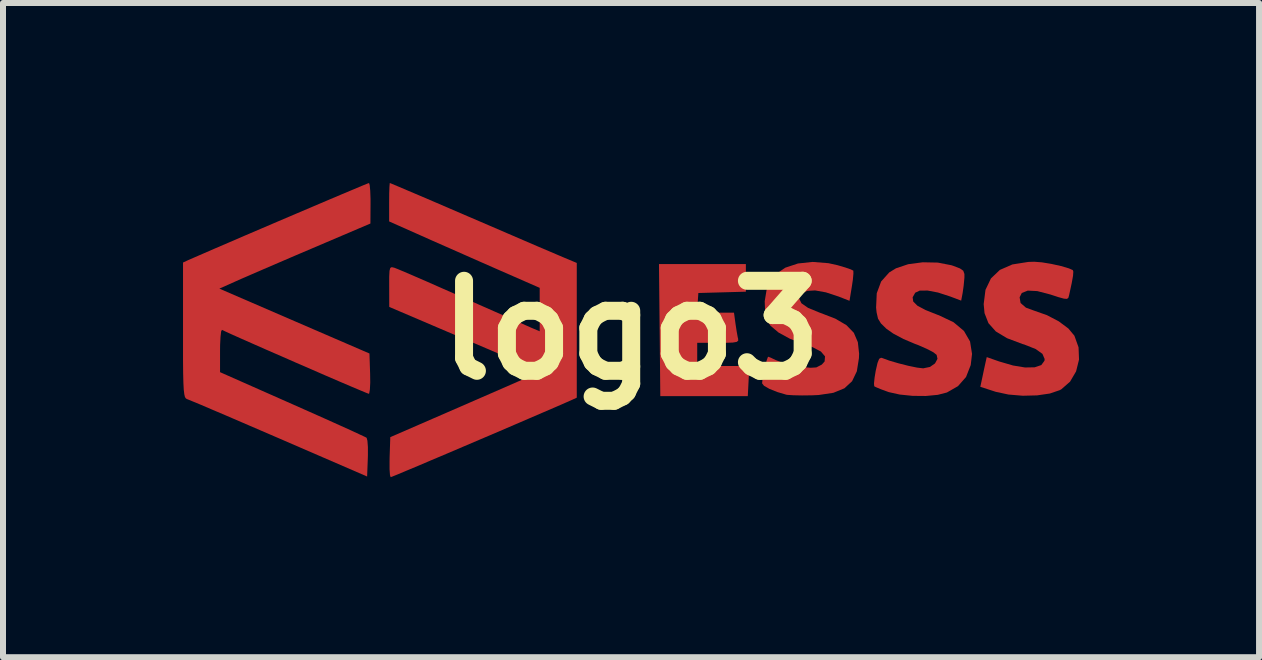
<source format=kicad_pcb>
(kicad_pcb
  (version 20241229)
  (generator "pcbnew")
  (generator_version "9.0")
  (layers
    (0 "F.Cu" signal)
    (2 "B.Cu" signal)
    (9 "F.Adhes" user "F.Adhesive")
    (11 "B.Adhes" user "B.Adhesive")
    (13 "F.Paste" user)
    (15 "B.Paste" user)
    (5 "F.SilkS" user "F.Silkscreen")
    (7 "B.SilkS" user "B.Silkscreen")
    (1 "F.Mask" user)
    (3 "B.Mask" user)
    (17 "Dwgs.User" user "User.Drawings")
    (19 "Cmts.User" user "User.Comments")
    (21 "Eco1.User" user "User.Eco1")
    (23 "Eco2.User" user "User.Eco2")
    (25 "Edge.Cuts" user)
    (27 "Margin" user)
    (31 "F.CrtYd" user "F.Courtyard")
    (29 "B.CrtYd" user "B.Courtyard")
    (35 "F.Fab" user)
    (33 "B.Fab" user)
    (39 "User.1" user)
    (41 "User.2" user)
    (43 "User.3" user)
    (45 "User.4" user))
  (footprint "logo3"
    (layer "F.Cu")
    (at 7.469 2.451)
    (property "Reference" "logo3" (at 0 0 0) (layer "F.SilkS") (effects (font (size 1.5 1.5) (thickness 0.3))))
    (attr board_only exclude_from_pos_files exclude_from_bom)
    (fp_poly (pts (xy 1.187 -1.1) (xy 1.911 -1.1) (xy 1.911 -0.87) (xy 1.911 -0.64) (xy 1.515 -0.629) (xy 1.119 -0.618) (xy 1.108 -0.454) (xy 1.096 -0.29) (xy 1.404 -0.29) (xy 1.713 -0.29) (xy 1.738 -0.106) (xy 1.757 0.018) (xy 1.775 0.118) (xy 1.782 0.145) (xy 1.783 0.177) (xy 1.757 0.197) (xy 1.691 0.208) (xy 1.57 0.212) (xy 1.45 0.212) (xy 1.1 0.212) (xy 1.1 0.405) (xy 1.1 0.598) (xy 1.534 0.598) (xy 1.969 0.598) (xy 1.956 0.849) (xy 1.943 1.1) (xy 1.214 1.1) (xy 0.485 1.1) (xy 0.474 -0.000024) (xy 0.463 -1.1)) (stroke (width 0) (type solid)) (fill yes) (layer "F.Cu"))
    (fp_poly (pts (xy 6.845 -1.129) (xy 7.002 -1.103) (xy 7.161 -1.068) (xy 7.293 -1.029) (xy 7.359 -1) (xy 7.368 -0.973) (xy 7.363 -0.904) (xy 7.341 -0.782) (xy 7.301 -0.597) (xy 7.296 -0.576) (xy 7.285 -0.538) (xy 7.262 -0.52) (xy 7.211 -0.524) (xy 7.117 -0.55) (xy 6.986 -0.593) (xy 6.767 -0.65) (xy 6.609 -0.658) (xy 6.509 -0.618) (xy 6.473 -0.547) (xy 6.489 -0.451) (xy 6.578 -0.374) (xy 6.712 -0.325) (xy 6.928 -0.249) (xy 7.125 -0.146) (xy 7.285 -0.027) (xy 7.386 0.094) (xy 7.455 0.287) (xy 7.463 0.491) (xy 7.414 0.688) (xy 7.313 0.86) (xy 7.167 0.987) (xy 7.141 1.001) (xy 6.977 1.057) (xy 6.764 1.088) (xy 6.526 1.094) (xy 6.287 1.074) (xy 6.073 1.028) (xy 6.055 1.022) (xy 5.818 0.945) (xy 5.853 0.782) (xy 5.879 0.658) (xy 5.902 0.553) (xy 5.906 0.534) (xy 5.925 0.45) (xy 6.13 0.522) (xy 6.363 0.59) (xy 6.563 0.623) (xy 6.724 0.62) (xy 6.834 0.583) (xy 6.887 0.511) (xy 6.89 0.482) (xy 6.853 0.396) (xy 6.741 0.316) (xy 6.552 0.241) (xy 6.521 0.232) (xy 6.263 0.135) (xy 6.076 0.022) (xy 5.953 -0.116) (xy 5.888 -0.283) (xy 5.874 -0.433) (xy 5.904 -0.671) (xy 5.995 -0.861) (xy 6.144 -1.003) (xy 6.352 -1.094) (xy 6.618 -1.136) (xy 6.717 -1.139)) (stroke (width 0) (type solid)) (fill yes) (layer "F.Cu"))
    (fp_poly (pts (xy 3.287 -1.115) (xy 3.437 -1.082) (xy 3.566 -1.044) (xy 3.661 -1.011) (xy 3.702 -0.99) (xy 3.703 -0.941) (xy 3.694 -0.84) (xy 3.677 -0.726) (xy 3.638 -0.488) (xy 3.457 -0.559) (xy 3.244 -0.629) (xy 3.064 -0.661) (xy 2.93 -0.653) (xy 2.863 -0.618) (xy 2.813 -0.557) (xy 2.799 -0.526) (xy 2.837 -0.447) (xy 2.948 -0.37) (xy 3.13 -0.295) (xy 3.146 -0.289) (xy 3.401 -0.191) (xy 3.587 -0.082) (xy 3.71 0.045) (xy 3.777 0.201) (xy 3.798 0.393) (xy 3.795 0.469) (xy 3.76 0.687) (xy 3.681 0.852) (xy 3.553 0.97) (xy 3.369 1.045) (xy 3.123 1.082) (xy 3.013 1.087) (xy 2.847 1.089) (xy 2.705 1.086) (xy 2.608 1.08) (xy 2.586 1.077) (xy 2.434 1.032) (xy 2.304 0.98) (xy 2.213 0.928) (xy 2.181 0.887) (xy 2.189 0.813) (xy 2.208 0.708) (xy 2.234 0.595) (xy 2.259 0.5) (xy 2.279 0.447) (xy 2.283 0.444) (xy 2.326 0.46) (xy 2.405 0.498) (xy 2.523 0.544) (xy 2.677 0.584) (xy 2.841 0.613) (xy 2.987 0.628) (xy 3.085 0.622) (xy 3.176 0.575) (xy 3.223 0.523) (xy 3.23 0.438) (xy 3.161 0.357) (xy 3.015 0.281) (xy 2.886 0.235) (xy 2.648 0.146) (xy 2.456 0.041) (xy 2.323 -0.071) (xy 2.278 -0.135) (xy 2.232 -0.29) (xy 2.225 -0.481) (xy 2.257 -0.674) (xy 2.295 -0.779) (xy 2.403 -0.928) (xy 2.568 -1.04) (xy 2.779 -1.11) (xy 3.022 -1.136)) (stroke (width 0) (type solid)) (fill yes) (layer "F.Cu"))
    (fp_poly (pts (xy 5.109 -1.125) (xy 5.335 -1.081) (xy 5.366 -1.071) (xy 5.478 -1.028) (xy 5.534 -0.989) (xy 5.553 -0.935) (xy 5.553 -0.874) (xy 5.54 -0.737) (xy 5.523 -0.617) (xy 5.499 -0.491) (xy 5.316 -0.56) (xy 5.113 -0.626) (xy 4.94 -0.659) (xy 4.808 -0.658) (xy 4.733 -0.623) (xy 4.69 -0.546) (xy 4.7 -0.476) (xy 4.769 -0.407) (xy 4.903 -0.335) (xy 5.107 -0.254) (xy 5.128 -0.247) (xy 5.372 -0.131) (xy 5.545 0.014) (xy 5.647 0.19) (xy 5.68 0.397) (xy 5.658 0.583) (xy 5.58 0.782) (xy 5.446 0.934) (xy 5.261 1.04) (xy 5.109 1.079) (xy 4.91 1.098) (xy 4.69 1.096) (xy 4.474 1.074) (xy 4.29 1.033) (xy 4.274 1.027) (xy 4.159 0.985) (xy 4.076 0.95) (xy 4.05 0.936) (xy 4.046 0.89) (xy 4.056 0.791) (xy 4.075 0.677) (xy 4.105 0.547) (xy 4.132 0.479) (xy 4.164 0.461) (xy 4.184 0.466) (xy 4.302 0.509) (xy 4.456 0.554) (xy 4.618 0.595) (xy 4.763 0.625) (xy 4.863 0.637) (xy 4.867 0.637) (xy 4.979 0.614) (xy 5.063 0.555) (xy 5.104 0.479) (xy 5.09 0.413) (xy 5.036 0.37) (xy 4.929 0.314) (xy 4.788 0.252) (xy 4.727 0.229) (xy 4.536 0.148) (xy 4.367 0.058) (xy 4.252 -0.023) (xy 4.162 -0.111) (xy 4.113 -0.191) (xy 4.089 -0.297) (xy 4.081 -0.375) (xy 4.092 -0.614) (xy 4.165 -0.81) (xy 4.3 -0.961) (xy 4.413 -1.03) (xy 4.616 -1.098) (xy 4.859 -1.13)) (stroke (width 0) (type solid)) (fill yes) (layer "F.Cu"))
    (fp_poly (pts (xy -4.358 -2.416) (xy -4.349 -2.32) (xy -4.344 -2.182) (xy -4.344 -2.113) (xy -4.346 -1.776) (xy -5.338 -1.353) (xy -5.613 -1.236) (xy -5.878 -1.122) (xy -6.122 -1.017) (xy -6.332 -0.926) (xy -6.496 -0.855) (xy -6.597 -0.81) (xy -6.863 -0.691) (xy -5.612 -0.15) (xy -4.362 0.39) (xy -4.351 0.726) (xy -4.349 0.876) (xy -4.355 0.991) (xy -4.366 1.055) (xy -4.372 1.062) (xy -4.412 1.047) (xy -4.513 1.005) (xy -4.665 0.941) (xy -4.857 0.859) (xy -5.08 0.763) (xy -5.323 0.657) (xy -5.577 0.547) (xy -5.832 0.435) (xy -6.078 0.328) (xy -6.305 0.228) (xy -6.502 0.141) (xy -6.661 0.07) (xy -6.77 0.02) (xy -6.82 -0.004) (xy -6.82 -0.004) (xy -6.834 0.023) (xy -6.844 0.111) (xy -6.851 0.246) (xy -6.852 0.339) (xy -6.852 0.701) (xy -5.646 1.235) (xy -5.36 1.362) (xy -5.097 1.479) (xy -4.864 1.584) (xy -4.671 1.671) (xy -4.525 1.739) (xy -4.435 1.781) (xy -4.409 1.795) (xy -4.396 1.844) (xy -4.388 1.949) (xy -4.388 2.09) (xy -4.389 2.131) (xy -4.401 2.44) (xy -5.867 1.805) (xy -6.185 1.668) (xy -6.482 1.54) (xy -6.751 1.424) (xy -6.984 1.325) (xy -7.173 1.244) (xy -7.311 1.187) (xy -7.389 1.155) (xy -7.402 1.15) (xy -7.421 1.139) (xy -7.437 1.115) (xy -7.448 1.067) (xy -7.457 0.99) (xy -7.463 0.873) (xy -7.467 0.709) (xy -7.469 0.49) (xy -7.469 0.207) (xy -7.469 0.002) (xy -7.469 -1.126) (xy -7.383 -1.166) (xy -7.282 -1.21) (xy -7.128 -1.277) (xy -6.93 -1.363) (xy -6.697 -1.463) (xy -6.438 -1.575) (xy -6.162 -1.693) (xy -5.877 -1.815) (xy -5.593 -1.936) (xy -5.318 -2.053) (xy -5.062 -2.162) (xy -4.833 -2.259) (xy -4.64 -2.34) (xy -4.493 -2.402) (xy -4.4 -2.44) (xy -4.369 -2.451)) (stroke (width 0) (type solid)) (fill yes) (layer "F.Cu"))
    (fp_poly (pts (xy -3.985 -2.436) (xy -3.885 -2.394) (xy -3.73 -2.328) (xy -3.527 -2.242) (xy -3.284 -2.138) (xy -3.01 -2.02) (xy -2.711 -1.891) (xy -2.661 -1.87) (xy -2.35 -1.736) (xy -2.053 -1.608) (xy -1.779 -1.49) (xy -1.54 -1.387) (xy -1.342 -1.303) (xy -1.197 -1.241) (xy -1.112 -1.205) (xy -1.11 -1.204) (xy -0.907 -1.119) (xy -0.907 0.003) (xy -0.907 1.126) (xy -0.994 1.166) (xy -1.098 1.212) (xy -1.254 1.28) (xy -1.454 1.366) (xy -1.689 1.467) (xy -1.949 1.579) (xy -2.226 1.698) (xy -2.512 1.82) (xy -2.796 1.941) (xy -3.07 2.058) (xy -3.326 2.166) (xy -3.553 2.263) (xy -3.745 2.343) (xy -3.89 2.404) (xy -3.981 2.441) (xy -4.009 2.451) (xy -4.02 2.416) (xy -4.027 2.32) (xy -4.027 2.183) (xy -4.026 2.117) (xy -4.015 1.784) (xy -2.876 1.289) (xy -2.594 1.166) (xy -2.33 1.051) (xy -2.094 0.948) (xy -1.895 0.861) (xy -1.743 0.795) (xy -1.648 0.753) (xy -1.624 0.742) (xy -1.597 0.727) (xy -1.583 0.712) (xy -1.589 0.692) (xy -1.623 0.665) (xy -1.689 0.628) (xy -1.794 0.576) (xy -1.944 0.508) (xy -2.146 0.42) (xy -2.406 0.308) (xy -2.73 0.17) (xy -2.772 0.152) (xy -4.032 -0.386) (xy -4.033 -0.726) (xy -4.033 -0.889) (xy -4.028 -0.987) (xy -4.015 -1.036) (xy -3.991 -1.049) (xy -3.951 -1.04) (xy -3.947 -1.039) (xy -3.891 -1.017) (xy -3.774 -0.968) (xy -3.605 -0.895) (xy -3.395 -0.804) (xy -3.153 -0.697) (xy -2.889 -0.581) (xy -2.818 -0.549) (xy -2.548 -0.429) (xy -2.294 -0.317) (xy -2.069 -0.218) (xy -1.881 -0.135) (xy -1.741 -0.073) (xy -1.66 -0.037) (xy -1.65 -0.033) (xy -1.525 0.02) (xy -1.525 -0.342) (xy -1.525 -0.704) (xy -2.249 -1.021) (xy -2.515 -1.138) (xy -2.8 -1.264) (xy -3.081 -1.388) (xy -3.335 -1.5) (xy -3.503 -1.575) (xy -4.034 -1.811) (xy -4.034 -2.131) (xy -4.033 -2.277) (xy -4.029 -2.389) (xy -4.024 -2.447) (xy -4.022 -2.451)) (stroke (width 0) (type solid)) (fill yes) (layer "F.Cu")))
  (gr_rect
    (start -3 -3)
    (end 17.932 7.902)
    (stroke (width 0.1) (type default))
    (fill no)
    (layer "Edge.Cuts")))
</source>
